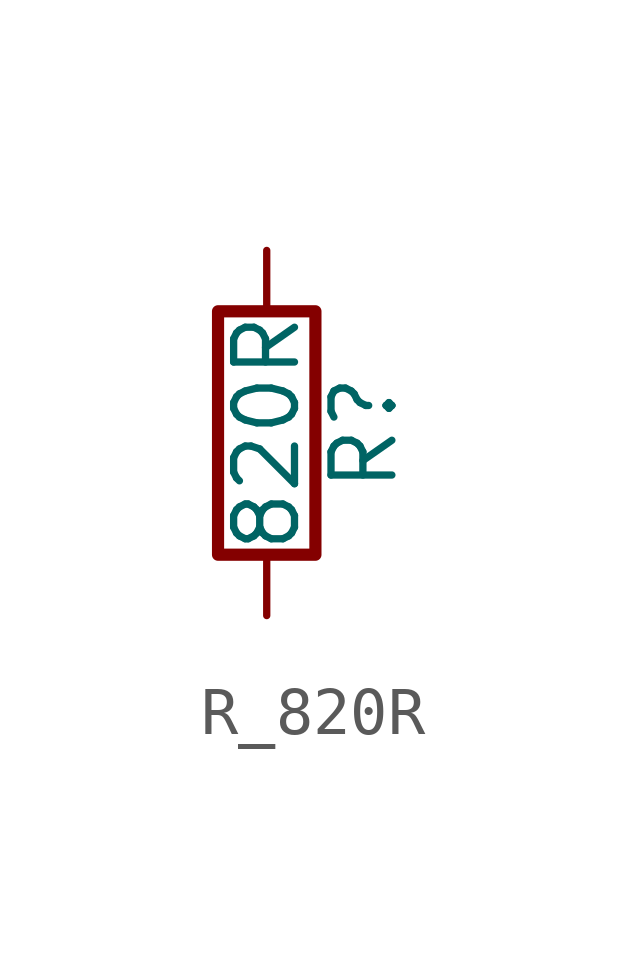
<source format=kicad_sym>
(kicad_symbol_lib
  (version 20241209)
  (generator "kicad_symbol_editor")
  (generator_version "9.0")
  (symbol "R_820R"
    (pin_numbers
      (hide yes))
    (pin_names
      (offset 0))
    (property "Reference" "R"
      (at 2.032 0 90)
      (effects (font (size 1.27 1.27))))
    (property "Value" "820R"
      (at 0 0 90)
      (effects (font (size 1.27 1.27))))
    (symbol "R_820R_0_1"
      (rectangle (start -1.016 -2.54) (end 1.016 2.54) (stroke (width 0.254) (type default)) (fill (type none))))
    (symbol "R_820R_1_1"
      (pin passive line (at 0 3.81 270) (length 1.27) (name "~" (effects (font (size 1.27 1.27)))) (number "1" (effects (font (size 1.27 1.27)))))
      (pin passive line (at 0 -3.81 90) (length 1.27) (name "~" (effects (font (size 1.27 1.27)))) (number "2" (effects (font (size 1.27 1.27))))))))
</source>
